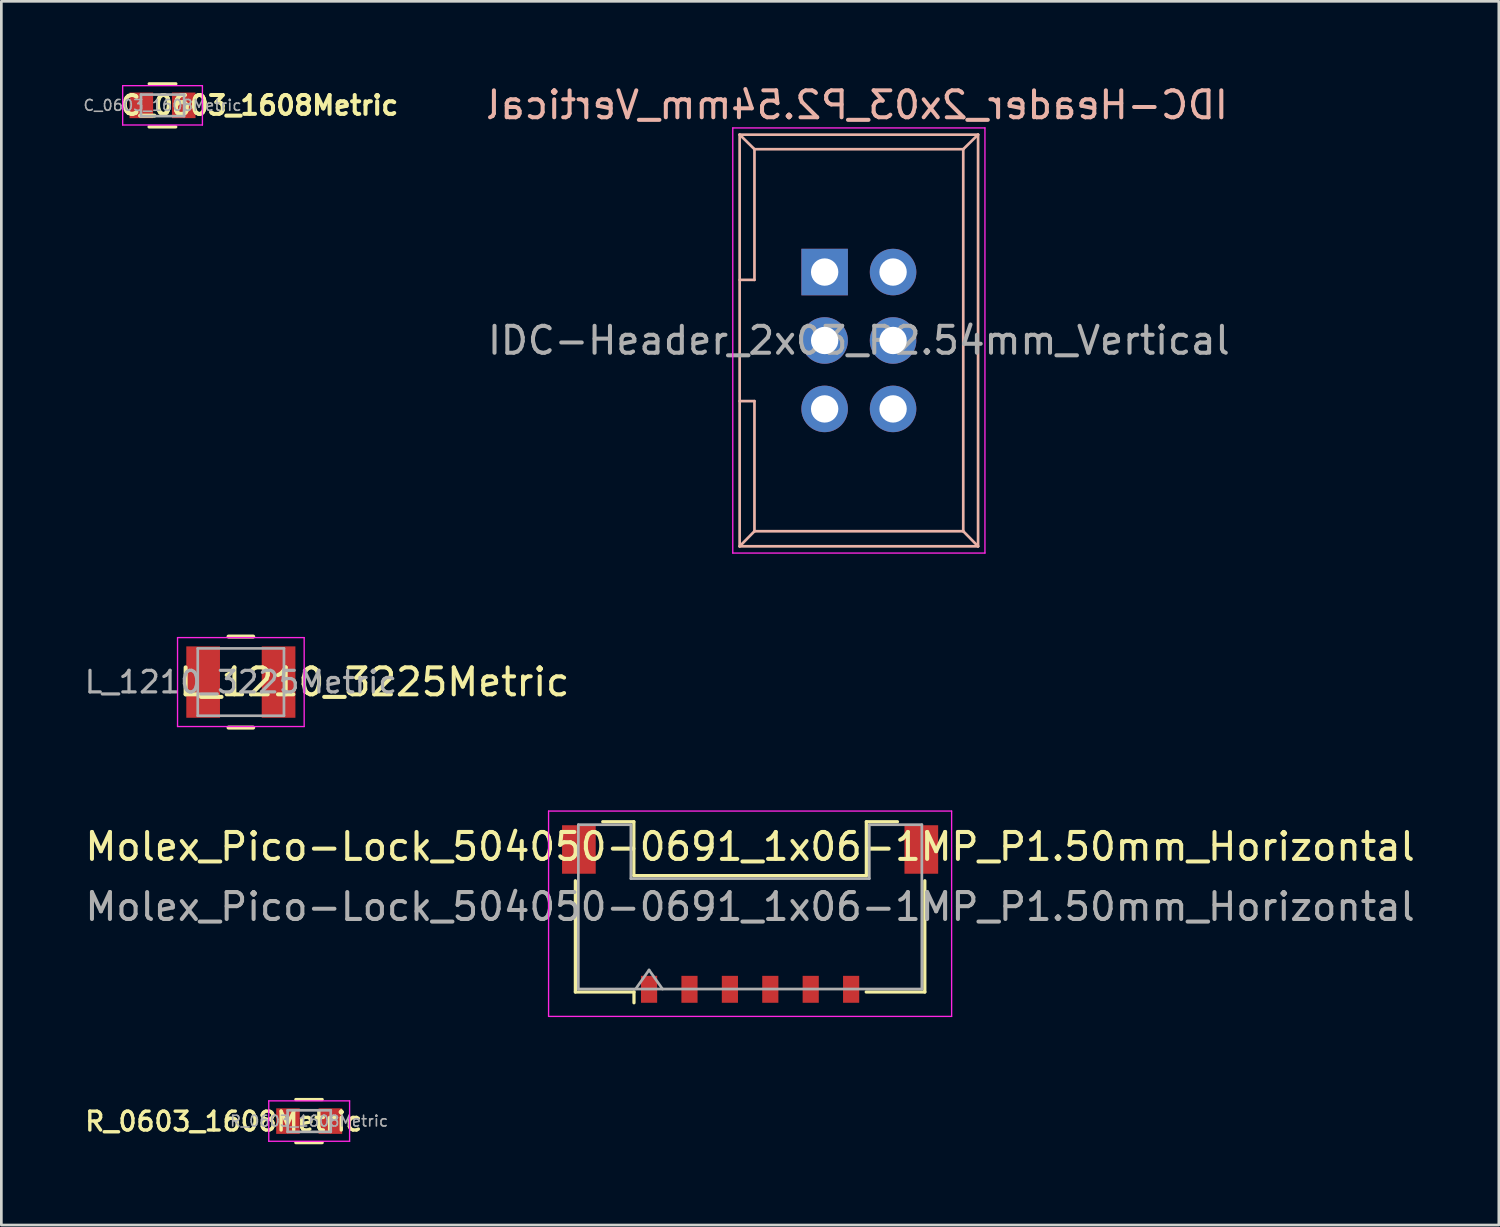
<source format=kicad_pcb>
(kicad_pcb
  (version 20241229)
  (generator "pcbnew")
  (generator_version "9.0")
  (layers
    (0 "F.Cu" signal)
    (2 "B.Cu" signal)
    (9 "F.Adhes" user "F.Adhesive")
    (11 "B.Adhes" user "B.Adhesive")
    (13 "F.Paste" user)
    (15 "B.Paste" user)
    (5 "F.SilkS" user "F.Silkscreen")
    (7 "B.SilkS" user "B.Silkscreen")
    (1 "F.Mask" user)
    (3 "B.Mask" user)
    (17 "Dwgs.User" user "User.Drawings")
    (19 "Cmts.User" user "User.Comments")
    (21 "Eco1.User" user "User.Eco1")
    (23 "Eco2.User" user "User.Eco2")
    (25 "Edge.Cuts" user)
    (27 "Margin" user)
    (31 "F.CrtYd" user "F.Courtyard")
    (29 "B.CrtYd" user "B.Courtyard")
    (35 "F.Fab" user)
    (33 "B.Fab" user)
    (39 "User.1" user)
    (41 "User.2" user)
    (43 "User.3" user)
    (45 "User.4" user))
  (footprint "C_0603_1608Metric"
    (layer "F.Cu")
    (at 2.983 0.86)
    (property "Reference" "C_0603_1608Metric" (at 3.6 0 0) (layer "F.SilkS") (effects (font (size 0.7 0.7) (thickness 0.15))))
    (attr smd)
    (fp_line (start -0.5 0.8) (end 0.491 0.8) (stroke (width 0.12) (type solid)) (layer "F.SilkS"))
    (fp_line (start -0.495 -0.8) (end 0.495 -0.8) (stroke (width 0.12) (type solid)) (layer "F.SilkS"))
    (fp_line (start -1.48 -0.73) (end 1.48 -0.73) (stroke (width 0.05) (type solid)) (layer "F.CrtYd"))
    (fp_line (start -1.48 0.73) (end -1.48 -0.73) (stroke (width 0.05) (type solid)) (layer "F.CrtYd"))
    (fp_line (start 1.48 -0.73) (end 1.48 0.73) (stroke (width 0.05) (type solid)) (layer "F.CrtYd"))
    (fp_line (start 1.48 0.73) (end -1.48 0.73) (stroke (width 0.05) (type solid)) (layer "F.CrtYd"))
    (fp_line (start -0.8 -0.4) (end 0.8 -0.4) (stroke (width 0.1) (type solid)) (layer "F.Fab"))
    (fp_line (start -0.8 0.4) (end -0.8 -0.4) (stroke (width 0.1) (type solid)) (layer "F.Fab"))
    (fp_line (start 0.8 -0.4) (end 0.8 0.4) (stroke (width 0.1) (type solid)) (layer "F.Fab"))
    (fp_line (start 0.8 0.4) (end -0.8 0.4) (stroke (width 0.1) (type solid)) (layer "F.Fab"))
    (fp_text user "${REFERENCE}" (at 0 0 0) (layer "F.Fab") (effects (font (size 0.4 0.4) (thickness 0.06))))
    (pad "1" smd rect (at -0.787 0) (size 0.875 0.95) (layers "F.Cu" "F.Mask" "F.Paste"))
    (pad "2" smd rect (at 0.787 0) (size 0.875 0.95) (layers "F.Cu" "F.Mask" "F.Paste")))
  (footprint "R_0603_1608Metric"
    (layer "F.Cu")
    (at 8.426 38.562)
    (property "Reference" "R_0603_1608Metric" (at -3.175 0.013 0) (layer "F.SilkS") (effects (font (size 0.7 0.7) (thickness 0.125))))
    (attr smd)
    (fp_line (start -0.495 -0.8) (end 0.483 -0.8) (stroke (width 0.12) (type solid)) (layer "F.SilkS"))
    (fp_line (start -0.495 0.8) (end 0.483 0.8) (stroke (width 0.12) (type solid)) (layer "F.SilkS"))
    (fp_line (start -1.5 -0.75) (end 1.5 -0.75) (stroke (width 0.05) (type solid)) (layer "F.CrtYd"))
    (fp_line (start -1.5 0.75) (end -1.5 -0.75) (stroke (width 0.05) (type solid)) (layer "F.CrtYd"))
    (fp_line (start 1.5 -0.75) (end 1.5 0.75) (stroke (width 0.05) (type solid)) (layer "F.CrtYd"))
    (fp_line (start 1.5 0.75) (end -1.5 0.75) (stroke (width 0.05) (type solid)) (layer "F.CrtYd"))
    (fp_line (start -0.8 -0.4) (end 0.8 -0.4) (stroke (width 0.1) (type solid)) (layer "F.Fab"))
    (fp_line (start -0.8 0.4) (end -0.8 -0.4) (stroke (width 0.1) (type solid)) (layer "F.Fab"))
    (fp_line (start 0.8 -0.4) (end 0.8 0.4) (stroke (width 0.1) (type solid)) (layer "F.Fab"))
    (fp_line (start 0.8 0.4) (end -0.8 0.4) (stroke (width 0.1) (type solid)) (layer "F.Fab"))
    (fp_text user "${REFERENCE}" (at 0 0 0) (layer "F.Fab") (effects (font (size 0.4 0.4) (thickness 0.06))))
    (pad "1" smd rect (at -0.787 0) (size 0.875 0.95) (layers "F.Cu" "F.Mask" "F.Paste"))
    (pad "2" smd rect (at 0.787 0) (size 0.875 0.95) (layers "F.Cu" "F.Mask" "F.Paste")))
  (footprint "L_1210_3225Metric"
    (layer "F.Cu")
    (at 5.89 22.267)
    (property "Reference" "L_1210_3225Metric" (at 4.95 0 0) (layer "F.SilkS") (effects (font (size 1 1) (thickness 0.15))))
    (attr smd)
    (fp_line (start -0.457 -1.689) (end 0.457 -1.689) (stroke (width 0.15) (type solid)) (layer "F.SilkS"))
    (fp_line (start -0.457 1.689) (end 0.457 1.689) (stroke (width 0.15) (type solid)) (layer "F.SilkS"))
    (fp_line (start -2.35 -1.65) (end 2.35 -1.65) (stroke (width 0.05) (type solid)) (layer "F.CrtYd"))
    (fp_line (start -2.35 1.65) (end -2.35 -1.65) (stroke (width 0.05) (type solid)) (layer "F.CrtYd"))
    (fp_line (start 2.35 -1.65) (end 2.35 1.65) (stroke (width 0.05) (type solid)) (layer "F.CrtYd"))
    (fp_line (start 2.35 1.65) (end -2.35 1.65) (stroke (width 0.05) (type solid)) (layer "F.CrtYd"))
    (fp_line (start -1.6 -1.25) (end 1.6 -1.25) (stroke (width 0.1) (type solid)) (layer "F.Fab"))
    (fp_line (start -1.6 1.25) (end -1.6 -1.25) (stroke (width 0.1) (type solid)) (layer "F.Fab"))
    (fp_line (start 1.6 -1.25) (end 1.6 1.25) (stroke (width 0.1) (type solid)) (layer "F.Fab"))
    (fp_line (start 1.6 1.25) (end -1.6 1.25) (stroke (width 0.1) (type solid)) (layer "F.Fab"))
    (fp_text user "${REFERENCE}" (at 0 0 0) (layer "F.Fab") (effects (font (size 0.8 0.8) (thickness 0.12))))
    (pad "1" smd rect (at -1.4 0) (size 1.25 2.65) (layers "F.Cu" "F.Mask" "F.Paste"))
    (pad "2" smd rect (at 1.4 0) (size 1.25 2.65) (layers "F.Cu" "F.Mask" "F.Paste")))
  (footprint "IDC-Header_2x03_P2.54mm_Vertical"
    (layer "F.Cu")
    (at 27.559 7.048)
    (property "Reference" "IDC-Header_2x03_P2.54mm_Vertical" (at 1.2 -6.2 0) (layer "B.SilkS") (effects (font (size 1 1) (thickness 0.15)) (justify mirror)))
    (attr through_hole)
    (fp_line (start -3.155 -5.1) (end -3.155 10.18) (stroke (width 0.1) (type solid)) (layer "B.SilkS"))
    (fp_line (start -3.155 -5.1) (end -2.605 -4.56) (stroke (width 0.1) (type solid)) (layer "B.SilkS"))
    (fp_line (start -3.155 10.18) (end -2.605 9.62) (stroke (width 0.1) (type solid)) (layer "B.SilkS"))
    (fp_line (start -2.605 -4.56) (end -2.605 0.29) (stroke (width 0.1) (type solid)) (layer "B.SilkS"))
    (fp_line (start -2.605 0.29) (end -3.155 0.29) (stroke (width 0.1) (type solid)) (layer "B.SilkS"))
    (fp_line (start -2.605 4.79) (end -3.155 4.79) (stroke (width 0.1) (type solid)) (layer "B.SilkS"))
    (fp_line (start -2.605 4.79) (end -2.605 9.62) (stroke (width 0.1) (type solid)) (layer "B.SilkS"))
    (fp_line (start 5.145 -4.56) (end -2.605 -4.56) (stroke (width 0.1) (type solid)) (layer "B.SilkS"))
    (fp_line (start 5.145 -4.56) (end 5.145 9.62) (stroke (width 0.1) (type solid)) (layer "B.SilkS"))
    (fp_line (start 5.145 9.62) (end -2.605 9.62) (stroke (width 0.1) (type solid)) (layer "B.SilkS"))
    (fp_line (start 5.695 -5.1) (end -3.155 -5.1) (stroke (width 0.1) (type solid)) (layer "B.SilkS"))
    (fp_line (start 5.695 -5.1) (end 5.145 -4.56) (stroke (width 0.1) (type solid)) (layer "B.SilkS"))
    (fp_line (start 5.695 -5.1) (end 5.695 10.18) (stroke (width 0.1) (type solid)) (layer "B.SilkS"))
    (fp_line (start 5.695 10.18) (end -3.155 10.18) (stroke (width 0.1) (type solid)) (layer "B.SilkS"))
    (fp_line (start 5.695 10.18) (end 5.145 9.62) (stroke (width 0.1) (type solid)) (layer "B.SilkS"))
    (fp_line (start -3.41 -5.35) (end 5.95 -5.35) (stroke (width 0.05) (type solid)) (layer "F.CrtYd"))
    (fp_line (start -3.41 10.43) (end -3.41 -5.35) (stroke (width 0.05) (type solid)) (layer "F.CrtYd"))
    (fp_line (start 5.95 -5.35) (end 5.95 10.43) (stroke (width 0.05) (type solid)) (layer "F.CrtYd"))
    (fp_line (start 5.95 10.43) (end -3.41 10.43) (stroke (width 0.05) (type solid)) (layer "F.CrtYd"))
    (fp_text user "${REFERENCE}" (at 1.27 2.54 0) (layer "F.Fab") (effects (font (size 1 1) (thickness 0.15))))
    (pad "1" thru_hole rect (at 0 0) (size 1.727 1.727) (drill 1.016) (layers "*.Cu" "*.Mask"))
    (pad "2" thru_hole oval (at 2.54 0) (size 1.727 1.727) (drill 1.016) (layers "*.Cu" "*.Mask"))
    (pad "3" thru_hole oval (at 0 2.54) (size 1.727 1.727) (drill 1.016) (layers "*.Cu" "*.Mask"))
    (pad "4" thru_hole oval (at 2.54 2.54) (size 1.727 1.727) (drill 1.016) (layers "*.Cu" "*.Mask"))
    (pad "5" thru_hole oval (at 0 5.08) (size 1.727 1.727) (drill 1.016) (layers "*.Cu" "*.Mask"))
    (pad "6" thru_hole oval (at 2.54 5.08) (size 1.727 1.727) (drill 1.016) (layers "*.Cu" "*.Mask")))
  (footprint "Molex_Pico-Lock_504050-0691_1x06-1MP_P1.50mm_Horizontal"
    (layer "F.Cu")
    (at 24.792 30.876)
    (property "Reference" "Molex_Pico-Lock_504050-0691_1x06-1MP_P1.50mm_Horizontal" (at 0 -2.5 0) (layer "F.SilkS") (effects (font (size 1 1) (thickness 0.15))))
    (attr smd)
    (fp_line (start -6.485 -1.235) (end -6.485 2.895) (stroke (width 0.12) (type solid)) (layer "F.SilkS"))
    (fp_line (start -6.485 2.895) (end -4.31 2.895) (stroke (width 0.12) (type solid)) (layer "F.SilkS"))
    (fp_line (start -5.47 -3.425) (end -4.315 -3.425) (stroke (width 0.12) (type solid)) (layer "F.SilkS"))
    (fp_line (start -4.315 -3.425) (end -4.315 -1.425) (stroke (width 0.12) (type solid)) (layer "F.SilkS"))
    (fp_line (start -4.315 -1.425) (end 4.315 -1.425) (stroke (width 0.12) (type solid)) (layer "F.SilkS"))
    (fp_line (start -4.31 2.895) (end -4.31 3.295) (stroke (width 0.12) (type solid)) (layer "F.SilkS"))
    (fp_line (start 4.315 -3.425) (end 5.47 -3.425) (stroke (width 0.12) (type solid)) (layer "F.SilkS"))
    (fp_line (start 4.315 -1.425) (end 4.315 -3.425) (stroke (width 0.12) (type solid)) (layer "F.SilkS"))
    (fp_line (start 6.485 -1.235) (end 6.485 2.895) (stroke (width 0.12) (type solid)) (layer "F.SilkS"))
    (fp_line (start 6.485 2.895) (end 4.31 2.895) (stroke (width 0.12) (type solid)) (layer "F.SilkS"))
    (fp_line (start -7.48 -3.82) (end -7.48 3.8) (stroke (width 0.05) (type solid)) (layer "F.CrtYd"))
    (fp_line (start -7.48 3.8) (end 7.48 3.8) (stroke (width 0.05) (type solid)) (layer "F.CrtYd"))
    (fp_line (start 7.48 -3.82) (end -7.48 -3.82) (stroke (width 0.05) (type solid)) (layer "F.CrtYd"))
    (fp_line (start 7.48 3.8) (end 7.48 -3.82) (stroke (width 0.05) (type solid)) (layer "F.CrtYd"))
    (fp_line (start -6.375 -3.315) (end -4.425 -3.315) (stroke (width 0.1) (type solid)) (layer "F.Fab"))
    (fp_line (start -6.375 2.785) (end -6.375 -3.315) (stroke (width 0.1) (type solid)) (layer "F.Fab"))
    (fp_line (start -6.375 2.785) (end 6.375 2.785) (stroke (width 0.1) (type solid)) (layer "F.Fab"))
    (fp_line (start -4.425 -3.315) (end -4.425 -1.315) (stroke (width 0.1) (type solid)) (layer "F.Fab"))
    (fp_line (start -4.425 -1.315) (end 4.425 -1.315) (stroke (width 0.1) (type solid)) (layer "F.Fab"))
    (fp_line (start -4.25 2.785) (end -3.75 2.078) (stroke (width 0.1) (type solid)) (layer "F.Fab"))
    (fp_line (start -3.75 2.078) (end -3.25 2.785) (stroke (width 0.1) (type solid)) (layer "F.Fab"))
    (fp_line (start 4.425 -3.315) (end 6.375 -3.315) (stroke (width 0.1) (type solid)) (layer "F.Fab"))
    (fp_line (start 4.425 -1.315) (end 4.425 -3.315) (stroke (width 0.1) (type solid)) (layer "F.Fab"))
    (fp_line (start 6.375 2.785) (end 6.375 -3.315) (stroke (width 0.1) (type solid)) (layer "F.Fab"))
    (fp_text user "${REFERENCE}" (at 0 -0.27 0) (layer "F.Fab") (effects (font (size 1 1) (thickness 0.15))))
    (pad "1" smd rect (at -3.75 2.795) (size 0.6 1) (layers "F.Cu" "F.Mask" "F.Paste"))
    (pad "2" smd rect (at -2.25 2.795) (size 0.6 1) (layers "F.Cu" "F.Mask" "F.Paste"))
    (pad "3" smd rect (at -0.75 2.795) (size 0.6 1) (layers "F.Cu" "F.Mask" "F.Paste"))
    (pad "4" smd rect (at 0.75 2.795) (size 0.6 1) (layers "F.Cu" "F.Mask" "F.Paste"))
    (pad "5" smd rect (at 2.25 2.795) (size 0.6 1) (layers "F.Cu" "F.Mask" "F.Paste"))
    (pad "6" smd rect (at 3.75 2.795) (size 0.6 1) (layers "F.Cu" "F.Mask" "F.Paste"))
    (pad "MP" smd rect (at -6.355 -2.395) (size 1.25 1.8) (layers "F.Cu" "F.Mask" "F.Paste"))
    (pad "MP" smd rect (at 6.355 -2.395) (size 1.25 1.8) (layers "F.Cu" "F.Mask" "F.Paste")))
  (gr_rect
    (start -3 -3)
    (end 52.583 42.421)
    (stroke (width 0.1) (type default))
    (fill no)
    (layer "Edge.Cuts")))
</source>
